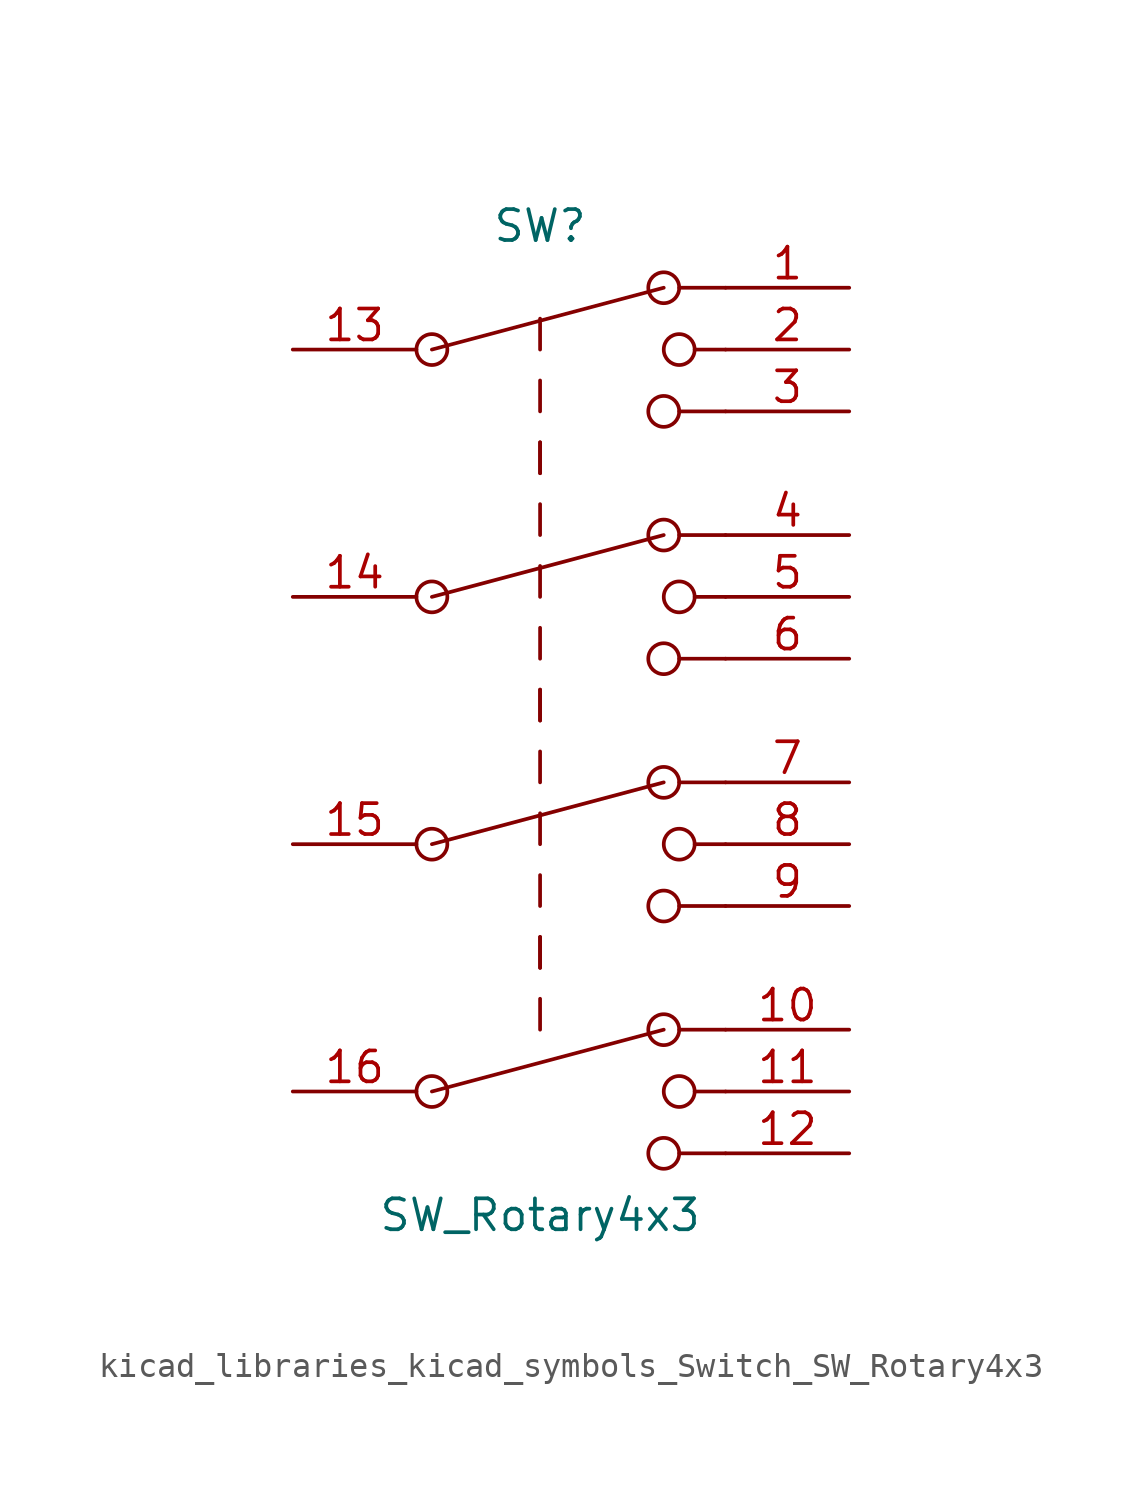
<source format=kicad_sym>
(kicad_symbol_lib
  (version 20220914)
  (generator kicad_symbol_editor)
  (symbol "kicad_libraries_kicad_symbols_Switch_SW_Rotary4x3"
    (pin_names
      (offset 1.016) hide)
    (property "Reference" "SW"
      (at 0 20.32 0)
      (effects (font (size 1.27 1.27))))
    (property "Value" "SW_Rotary4x3"
      (at 0 -20.32 0)
      (effects (font (size 1.27 1.27))))
    (symbol "kicad_libraries_kicad_symbols_Switch_SW_Rotary4x3_0_0"
      (circle (center -4.445 -15.24) (radius 0.635) (stroke (width 0) (type default)) (fill (type none)))
      (circle (center -4.445 -5.08) (radius 0.635) (stroke (width 0) (type default)) (fill (type none)))
      (circle (center -4.445 5.08) (radius 0.635) (stroke (width 0) (type default)) (fill (type none)))
      (circle (center -4.445 15.24) (radius 0.635) (stroke (width 0) (type default)) (fill (type none)))
      (polyline (pts (xy -4.445 -15.24) (xy 5.08 -12.7)) (stroke (width 0) (type default)) (fill (type none)))
      (polyline (pts (xy -4.445 -5.08) (xy 5.08 -2.54)) (stroke (width 0) (type default)) (fill (type none)))
      (polyline (pts (xy -4.445 5.08) (xy 5.08 7.62)) (stroke (width 0) (type default)) (fill (type none)))
      (polyline (pts (xy -4.445 15.24) (xy 5.08 17.78)) (stroke (width 0) (type default)) (fill (type none)))
      (polyline (pts (xy 0 -12.7) (xy 0 -11.43)) (stroke (width 0) (type default)) (fill (type none)))
      (polyline (pts (xy 0 -10.16) (xy 0 -8.89)) (stroke (width 0) (type default)) (fill (type none)))
      (polyline (pts (xy 0 -10.16) (xy 0 -8.89)) (stroke (width 0) (type default)) (fill (type none)))
      (polyline (pts (xy 0 -7.62) (xy 0 -6.35)) (stroke (width 0) (type default)) (fill (type none)))
      (polyline (pts (xy 0 -5.08) (xy 0 -3.81)) (stroke (width 0) (type default)) (fill (type none)))
      (polyline (pts (xy 0 -2.54) (xy 0 -1.27)) (stroke (width 0) (type default)) (fill (type none)))
      (polyline (pts (xy 0 0) (xy 0 1.27)) (stroke (width 0) (type default)) (fill (type none)))
      (polyline (pts (xy 0 0) (xy 0 1.27)) (stroke (width 0) (type default)) (fill (type none)))
      (polyline (pts (xy 0 2.54) (xy 0 3.81)) (stroke (width 0) (type default)) (fill (type none)))
      (polyline (pts (xy 0 5.08) (xy 0 6.35)) (stroke (width 0) (type default)) (fill (type none)))
      (polyline (pts (xy 0 7.62) (xy 0 8.89)) (stroke (width 0) (type default)) (fill (type none)))
      (polyline (pts (xy 0 10.16) (xy 0 11.43)) (stroke (width 0) (type default)) (fill (type none)))
      (polyline (pts (xy 0 10.16) (xy 0 11.43)) (stroke (width 0) (type default)) (fill (type none)))
      (polyline (pts (xy 0 12.7) (xy 0 13.97)) (stroke (width 0) (type default)) (fill (type none)))
      (polyline (pts (xy 0 15.24) (xy 0 16.51)) (stroke (width 0) (type default)) (fill (type none)))
      (polyline (pts (xy 5.715 -17.78) (xy 7.62 -17.78)) (stroke (width 0) (type default)) (fill (type none)))
      (polyline (pts (xy 5.715 -12.7) (xy 7.62 -12.7)) (stroke (width 0) (type default)) (fill (type none)))
      (polyline (pts (xy 5.715 -7.62) (xy 7.62 -7.62)) (stroke (width 0) (type default)) (fill (type none)))
      (polyline (pts (xy 5.715 -2.54) (xy 7.62 -2.54)) (stroke (width 0) (type default)) (fill (type none)))
      (polyline (pts (xy 5.715 2.54) (xy 7.62 2.54)) (stroke (width 0) (type default)) (fill (type none)))
      (polyline (pts (xy 5.715 7.62) (xy 7.62 7.62)) (stroke (width 0) (type default)) (fill (type none)))
      (polyline (pts (xy 5.715 12.7) (xy 7.62 12.7)) (stroke (width 0) (type default)) (fill (type none)))
      (polyline (pts (xy 5.715 17.78) (xy 7.62 17.78)) (stroke (width 0) (type default)) (fill (type none)))
      (polyline (pts (xy 6.35 -15.24) (xy 7.62 -15.24)) (stroke (width 0) (type default)) (fill (type none)))
      (polyline (pts (xy 6.35 -5.08) (xy 7.62 -5.08)) (stroke (width 0) (type default)) (fill (type none)))
      (polyline (pts (xy 6.35 5.08) (xy 7.62 5.08)) (stroke (width 0) (type default)) (fill (type none)))
      (polyline (pts (xy 6.35 15.24) (xy 7.62 15.24)) (stroke (width 0) (type default)) (fill (type none)))
      (circle (center 5.08 -17.78) (radius 0.635) (stroke (width 0) (type default)) (fill (type none)))
      (circle (center 5.08 -12.7) (radius 0.635) (stroke (width 0) (type default)) (fill (type none)))
      (circle (center 5.08 -7.62) (radius 0.635) (stroke (width 0) (type default)) (fill (type none)))
      (circle (center 5.08 -2.54) (radius 0.635) (stroke (width 0) (type default)) (fill (type none)))
      (circle (center 5.08 2.54) (radius 0.635) (stroke (width 0) (type default)) (fill (type none)))
      (circle (center 5.08 7.62) (radius 0.635) (stroke (width 0) (type default)) (fill (type none)))
      (circle (center 5.08 12.7) (radius 0.635) (stroke (width 0) (type default)) (fill (type none)))
      (circle (center 5.08 17.78) (radius 0.635) (stroke (width 0) (type default)) (fill (type none)))
      (circle (center 5.715 -15.24) (radius 0.635) (stroke (width 0) (type default)) (fill (type none)))
      (circle (center 5.715 -5.08) (radius 0.635) (stroke (width 0) (type default)) (fill (type none)))
      (circle (center 5.715 5.08) (radius 0.635) (stroke (width 0) (type default)) (fill (type none)))
      (circle (center 5.715 15.24) (radius 0.635) (stroke (width 0) (type default)) (fill (type none))))
    (symbol "kicad_libraries_kicad_symbols_Switch_SW_Rotary4x3_0_1"
      (pin passive line (at 12.7 17.78 180) (length 5.08) (name "1" (effects (font (size 1.27 1.27)))) (number "1" (effects (font (size 1.27 1.27)))))
      (pin passive line (at 12.7 -12.7 180) (length 5.08) (name "10" (effects (font (size 1.27 1.27)))) (number "10" (effects (font (size 1.27 1.27)))))
      (pin passive line (at 12.7 -15.24 180) (length 5.08) (name "11" (effects (font (size 1.27 1.27)))) (number "11" (effects (font (size 1.27 1.27)))))
      (pin passive line (at 12.7 -17.78 180) (length 5.08) (name "12" (effects (font (size 1.27 1.27)))) (number "12" (effects (font (size 1.27 1.27)))))
      (pin passive line (at -10.16 15.24 0) (length 5.08) (name "13" (effects (font (size 1.27 1.27)))) (number "13" (effects (font (size 1.27 1.27)))))
      (pin passive line (at -10.16 5.08 0) (length 5.08) (name "14" (effects (font (size 1.27 1.27)))) (number "14" (effects (font (size 1.27 1.27)))))
      (pin passive line (at -10.16 -5.08 0) (length 5.08) (name "15" (effects (font (size 1.27 1.27)))) (number "15" (effects (font (size 1.27 1.27)))))
      (pin passive line (at -10.16 -15.24 0) (length 5.08) (name "16" (effects (font (size 1.27 1.27)))) (number "16" (effects (font (size 1.27 1.27)))))
      (pin passive line (at 12.7 15.24 180) (length 5.08) (name "2" (effects (font (size 1.27 1.27)))) (number "2" (effects (font (size 1.27 1.27)))))
      (pin passive line (at 12.7 12.7 180) (length 5.08) (name "3" (effects (font (size 1.27 1.27)))) (number "3" (effects (font (size 1.27 1.27)))))
      (pin passive line (at 12.7 7.62 180) (length 5.08) (name "4" (effects (font (size 1.27 1.27)))) (number "4" (effects (font (size 1.27 1.27)))))
      (pin passive line (at 12.7 5.08 180) (length 5.08) (name "5" (effects (font (size 1.27 1.27)))) (number "5" (effects (font (size 1.27 1.27)))))
      (pin passive line (at 12.7 2.54 180) (length 5.08) (name "6" (effects (font (size 1.27 1.27)))) (number "6" (effects (font (size 1.27 1.27)))))
      (pin passive line (at 12.7 -2.54 180) (length 5.08) (name "7" (effects (font (size 1.27 1.27)))) (number "7" (effects (font (size 1.27 1.27)))))
      (pin passive line (at 12.7 -5.08 180) (length 5.08) (name "8" (effects (font (size 1.27 1.27)))) (number "8" (effects (font (size 1.27 1.27)))))
      (pin passive line (at 12.7 -7.62 180) (length 5.08) (name "9" (effects (font (size 1.27 1.27)))) (number "9" (effects (font (size 1.27 1.27))))))))
</source>
